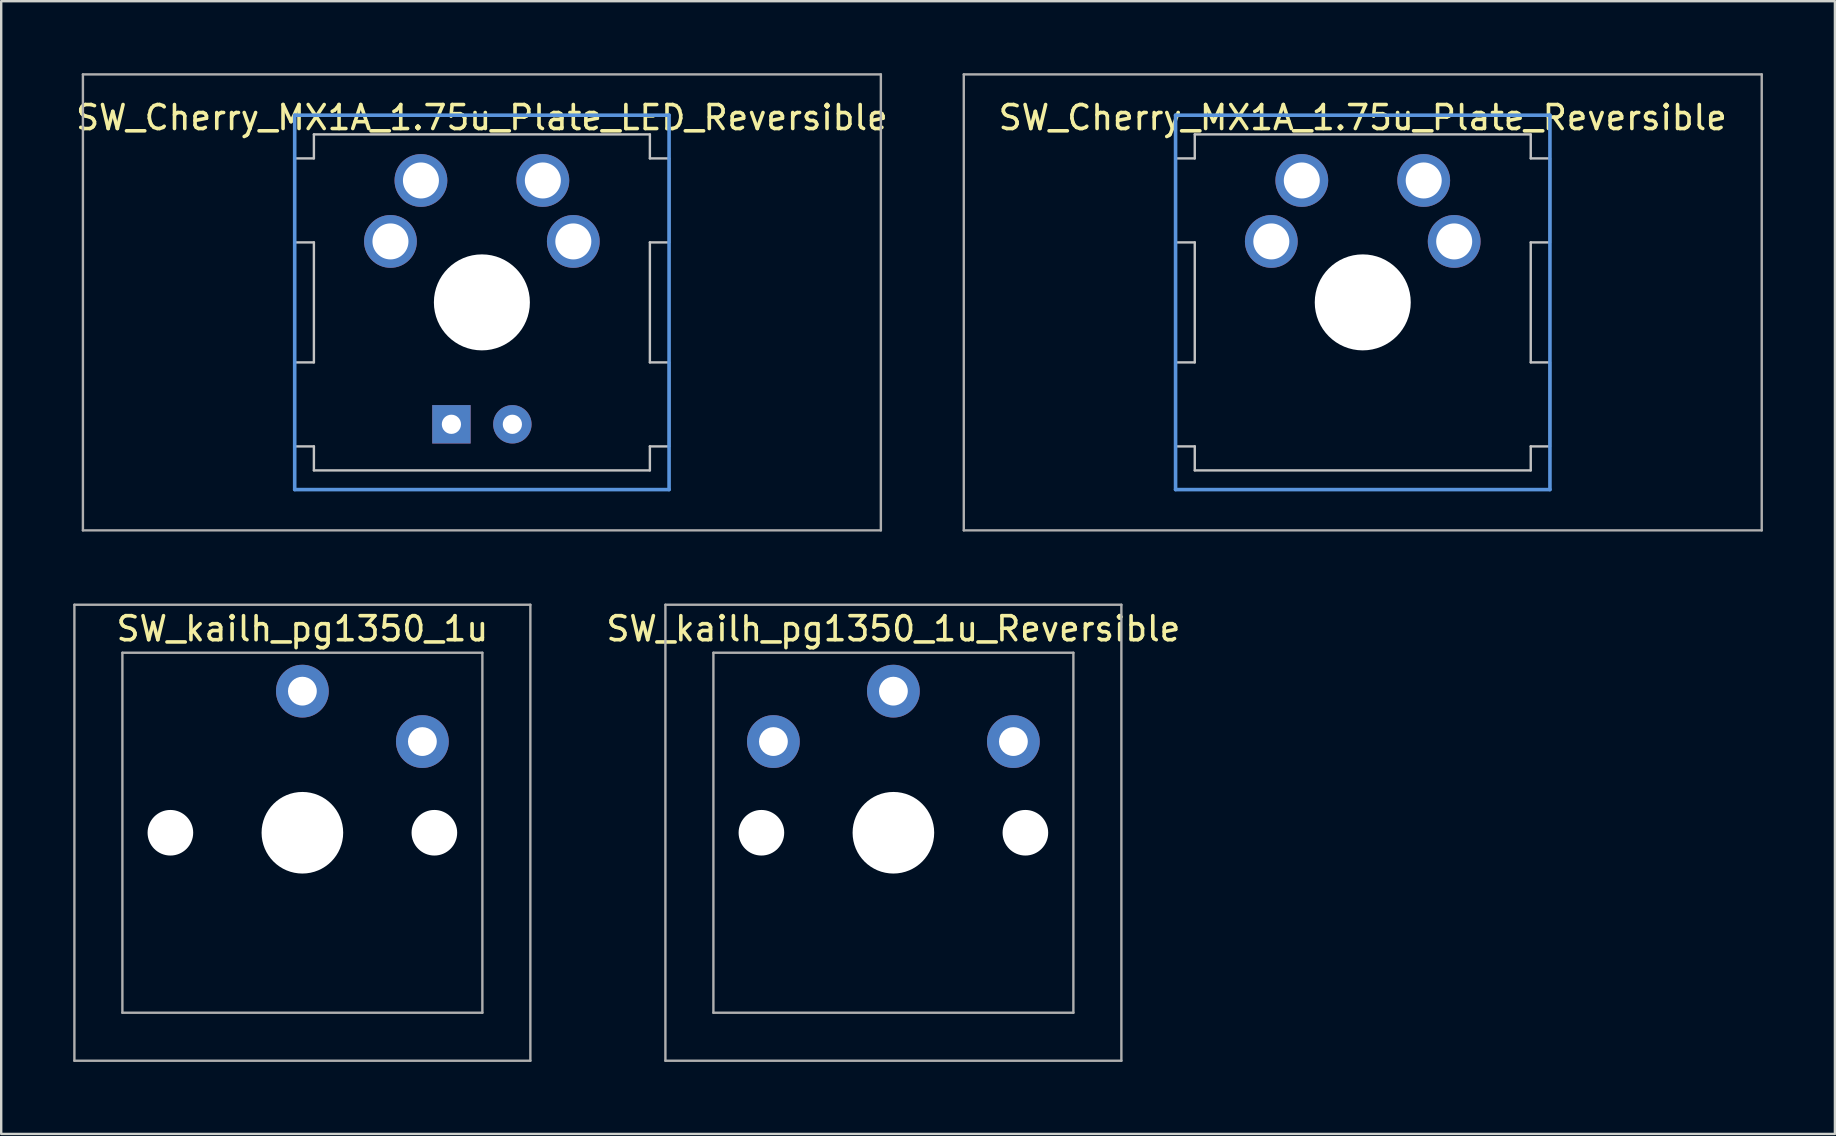
<source format=kicad_pcb>
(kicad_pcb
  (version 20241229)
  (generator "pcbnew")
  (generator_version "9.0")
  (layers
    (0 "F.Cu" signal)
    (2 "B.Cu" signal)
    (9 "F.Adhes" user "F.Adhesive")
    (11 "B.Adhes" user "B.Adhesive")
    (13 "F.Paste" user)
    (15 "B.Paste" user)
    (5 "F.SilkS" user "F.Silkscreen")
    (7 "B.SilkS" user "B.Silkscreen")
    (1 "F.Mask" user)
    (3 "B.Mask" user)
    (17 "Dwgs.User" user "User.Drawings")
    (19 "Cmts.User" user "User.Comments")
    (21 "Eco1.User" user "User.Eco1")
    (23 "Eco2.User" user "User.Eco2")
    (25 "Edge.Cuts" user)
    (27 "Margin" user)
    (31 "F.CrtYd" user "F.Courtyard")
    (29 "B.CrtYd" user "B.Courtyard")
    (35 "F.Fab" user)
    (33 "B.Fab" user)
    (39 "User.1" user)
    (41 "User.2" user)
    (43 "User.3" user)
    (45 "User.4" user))
  (footprint "SW_Cherry_MX1A_1.75u_Plate_Reversible"
    (layer "F.Cu")
    (at 53.735 9.55)
    (property "Reference" "SW_Cherry_MX1A_1.75u_Plate_Reversible" (at 0 -7.7 0) (layer "F.SilkS") (effects (font (size 1 1) (thickness 0.15))))
    (attr through_hole)
    (fp_line (start -7.8 -6) (end -7 -6) (stroke (width 0.1) (type solid)) (layer "Dwgs.User"))
    (fp_line (start -7.8 -2.5) (end -7.8 -6) (stroke (width 0.1) (type solid)) (layer "Dwgs.User"))
    (fp_line (start -7.8 -2.5) (end -7 -2.5) (stroke (width 0.1) (type solid)) (layer "Dwgs.User"))
    (fp_line (start -7.8 2.5) (end -7 2.5) (stroke (width 0.1) (type solid)) (layer "Dwgs.User"))
    (fp_line (start -7.8 6) (end -7.8 2.5) (stroke (width 0.1) (type solid)) (layer "Dwgs.User"))
    (fp_line (start -7.8 6) (end -7 6) (stroke (width 0.1) (type solid)) (layer "Dwgs.User"))
    (fp_line (start -7 -7) (end 7 -7) (stroke (width 0.1) (type solid)) (layer "Dwgs.User"))
    (fp_line (start -7 -6) (end -7 -7) (stroke (width 0.1) (type solid)) (layer "Dwgs.User"))
    (fp_line (start -7 -2.5) (end -7 2.5) (stroke (width 0.1) (type solid)) (layer "Dwgs.User"))
    (fp_line (start -7 7) (end -7 6) (stroke (width 0.1) (type solid)) (layer "Dwgs.User"))
    (fp_line (start -7 7) (end 7 7) (stroke (width 0.1) (type solid)) (layer "Dwgs.User"))
    (fp_line (start 7 -6) (end 7 -7) (stroke (width 0.1) (type solid)) (layer "Dwgs.User"))
    (fp_line (start 7 -6) (end 7.8 -6) (stroke (width 0.1) (type solid)) (layer "Dwgs.User"))
    (fp_line (start 7 -2.5) (end 7 2.5) (stroke (width 0.1) (type solid)) (layer "Dwgs.User"))
    (fp_line (start 7 -2.5) (end 7.8 -2.5) (stroke (width 0.1) (type solid)) (layer "Dwgs.User"))
    (fp_line (start 7 2.5) (end 7.8 2.5) (stroke (width 0.1) (type solid)) (layer "Dwgs.User"))
    (fp_line (start 7 6) (end 7.8 6) (stroke (width 0.1) (type solid)) (layer "Dwgs.User"))
    (fp_line (start 7 7) (end 7 6) (stroke (width 0.1) (type solid)) (layer "Dwgs.User"))
    (fp_line (start 7.8 -2.5) (end 7.8 -6) (stroke (width 0.1) (type solid)) (layer "Dwgs.User"))
    (fp_line (start 7.8 6) (end 7.8 2.5) (stroke (width 0.1) (type solid)) (layer "Dwgs.User"))
    (fp_line (start -7.8 -7.8) (end 7.8 -7.8) (stroke (width 0.15) (type solid)) (layer "Cmts.User"))
    (fp_line (start -7.8 7.8) (end -7.8 -7.8) (stroke (width 0.15) (type solid)) (layer "Cmts.User"))
    (fp_line (start 7.8 -7.8) (end 7.8 7.8) (stroke (width 0.15) (type solid)) (layer "Cmts.User"))
    (fp_line (start 7.8 7.8) (end -7.8 7.8) (stroke (width 0.15) (type solid)) (layer "Cmts.User"))
    (fp_line (start -16.625 -9.5) (end 16.625 -9.5) (stroke (width 0.1) (type solid)) (layer "F.Fab"))
    (fp_line (start -16.625 9.5) (end -16.625 -9.5) (stroke (width 0.1) (type solid)) (layer "F.Fab"))
    (fp_line (start 16.625 -9.5) (end 16.625 9.5) (stroke (width 0.1) (type solid)) (layer "F.Fab"))
    (fp_line (start 16.625 9.5) (end -16.625 9.5) (stroke (width 0.1) (type solid)) (layer "F.Fab"))
    (pad "" np_thru_hole circle (at 0 0) (size 4 4) (drill 4) (layers "*.Cu" "*.Mask"))
    (pad "1" thru_hole circle (at -3.81 -2.54) (size 2.2 2.2) (drill 1.5) (layers "*.Cu" "*.Mask"))
    (pad "1" thru_hole circle (at -2.54 -5.08) (size 2.2 2.2) (drill 1.5) (layers "*.Cu" "*.Mask"))
    (pad "2" thru_hole circle (at 2.54 -5.08) (size 2.2 2.2) (drill 1.5) (layers "*.Cu" "*.Mask"))
    (pad "2" thru_hole circle (at 3.81 -2.54) (size 2.2 2.2) (drill 1.5) (layers "*.Cu" "*.Mask")))
  (footprint "SW_kailh_pg1350_1u_Reversible"
    (layer "F.Cu")
    (at 34.177 31.65)
    (property "Reference" "SW_kailh_pg1350_1u_Reversible" (at 0 -8.5 0) (layer "F.SilkS") (effects (font (size 1 1) (thickness 0.15))))
    (attr through_hole)
    (fp_line (start -9.5 -9.5) (end 9.5 -9.5) (stroke (width 0.1) (type solid)) (layer "F.Fab"))
    (fp_line (start -9.5 9.5) (end -9.5 -9.5) (stroke (width 0.1) (type solid)) (layer "F.Fab"))
    (fp_line (start -7.5 -7.5) (end 7.5 -7.5) (stroke (width 0.1) (type solid)) (layer "F.Fab"))
    (fp_line (start -7.5 7.5) (end -7.5 -7.5) (stroke (width 0.1) (type solid)) (layer "F.Fab"))
    (fp_line (start 7.5 -7.5) (end 7.5 7.5) (stroke (width 0.1) (type solid)) (layer "F.Fab"))
    (fp_line (start 7.5 7.5) (end -7.5 7.5) (stroke (width 0.1) (type solid)) (layer "F.Fab"))
    (fp_line (start 9.5 -9.5) (end 9.5 9.5) (stroke (width 0.1) (type solid)) (layer "F.Fab"))
    (fp_line (start 9.5 9.5) (end -9.5 9.5) (stroke (width 0.1) (type solid)) (layer "F.Fab"))
    (pad "" np_thru_hole circle (at -5.5 0) (size 1.9 1.9) (drill 1.9) (layers "*.Cu" "*.Mask"))
    (pad "" np_thru_hole circle (at 0 0) (size 3.4 3.4) (drill 3.4) (layers "*.Cu" "*.Mask"))
    (pad "" np_thru_hole circle (at 5.5 0) (size 1.9 1.9) (drill 1.9) (layers "*.Cu" "*.Mask"))
    (pad "1" thru_hole circle (at 0 -5.9) (size 2.2 2.2) (drill 1.2) (layers "*.Cu" "*.Mask"))
    (pad "2" thru_hole circle (at -5 -3.8) (size 2.2 2.2) (drill 1.2) (layers "*.Cu" "*.Mask"))
    (pad "2" thru_hole circle (at 5 -3.8) (size 2.2 2.2) (drill 1.2) (layers "*.Cu" "*.Mask")))
  (footprint "SW_Cherry_MX1A_1.75u_Plate_LED_Reversible"
    (layer "F.Cu")
    (at 17.03 9.55)
    (property "Reference" "SW_Cherry_MX1A_1.75u_Plate_LED_Reversible" (at 0 -7.7 0) (layer "F.SilkS") (effects (font (size 1 1) (thickness 0.15))))
    (attr through_hole)
    (fp_line (start -7.8 -6) (end -7 -6) (stroke (width 0.1) (type solid)) (layer "Dwgs.User"))
    (fp_line (start -7.8 -2.5) (end -7.8 -6) (stroke (width 0.1) (type solid)) (layer "Dwgs.User"))
    (fp_line (start -7.8 -2.5) (end -7 -2.5) (stroke (width 0.1) (type solid)) (layer "Dwgs.User"))
    (fp_line (start -7.8 2.5) (end -7 2.5) (stroke (width 0.1) (type solid)) (layer "Dwgs.User"))
    (fp_line (start -7.8 6) (end -7.8 2.5) (stroke (width 0.1) (type solid)) (layer "Dwgs.User"))
    (fp_line (start -7.8 6) (end -7 6) (stroke (width 0.1) (type solid)) (layer "Dwgs.User"))
    (fp_line (start -7 -7) (end 7 -7) (stroke (width 0.1) (type solid)) (layer "Dwgs.User"))
    (fp_line (start -7 -6) (end -7 -7) (stroke (width 0.1) (type solid)) (layer "Dwgs.User"))
    (fp_line (start -7 -2.5) (end -7 2.5) (stroke (width 0.1) (type solid)) (layer "Dwgs.User"))
    (fp_line (start -7 7) (end -7 6) (stroke (width 0.1) (type solid)) (layer "Dwgs.User"))
    (fp_line (start -7 7) (end 7 7) (stroke (width 0.1) (type solid)) (layer "Dwgs.User"))
    (fp_line (start 7 -6) (end 7 -7) (stroke (width 0.1) (type solid)) (layer "Dwgs.User"))
    (fp_line (start 7 -6) (end 7.8 -6) (stroke (width 0.1) (type solid)) (layer "Dwgs.User"))
    (fp_line (start 7 -2.5) (end 7 2.5) (stroke (width 0.1) (type solid)) (layer "Dwgs.User"))
    (fp_line (start 7 -2.5) (end 7.8 -2.5) (stroke (width 0.1) (type solid)) (layer "Dwgs.User"))
    (fp_line (start 7 2.5) (end 7.8 2.5) (stroke (width 0.1) (type solid)) (layer "Dwgs.User"))
    (fp_line (start 7 6) (end 7.8 6) (stroke (width 0.1) (type solid)) (layer "Dwgs.User"))
    (fp_line (start 7 7) (end 7 6) (stroke (width 0.1) (type solid)) (layer "Dwgs.User"))
    (fp_line (start 7.8 -2.5) (end 7.8 -6) (stroke (width 0.1) (type solid)) (layer "Dwgs.User"))
    (fp_line (start 7.8 6) (end 7.8 2.5) (stroke (width 0.1) (type solid)) (layer "Dwgs.User"))
    (fp_line (start -7.8 -7.8) (end 7.8 -7.8) (stroke (width 0.15) (type solid)) (layer "Cmts.User"))
    (fp_line (start -7.8 7.8) (end -7.8 -7.8) (stroke (width 0.15) (type solid)) (layer "Cmts.User"))
    (fp_line (start 7.8 -7.8) (end 7.8 7.8) (stroke (width 0.15) (type solid)) (layer "Cmts.User"))
    (fp_line (start 7.8 7.8) (end -7.8 7.8) (stroke (width 0.15) (type solid)) (layer "Cmts.User"))
    (fp_line (start -16.625 -9.5) (end 16.625 -9.5) (stroke (width 0.1) (type solid)) (layer "F.Fab"))
    (fp_line (start -16.625 9.5) (end -16.625 -9.5) (stroke (width 0.1) (type solid)) (layer "F.Fab"))
    (fp_line (start 16.625 -9.5) (end 16.625 9.5) (stroke (width 0.1) (type solid)) (layer "F.Fab"))
    (fp_line (start 16.625 9.5) (end -16.625 9.5) (stroke (width 0.1) (type solid)) (layer "F.Fab"))
    (pad "" np_thru_hole circle (at 0 0) (size 4 4) (drill 4) (layers "*.Cu" "*.Mask"))
    (pad "1" thru_hole circle (at -3.81 -2.54) (size 2.2 2.2) (drill 1.5) (layers "*.Cu" "*.Mask"))
    (pad "1" thru_hole circle (at -2.54 -5.08) (size 2.2 2.2) (drill 1.5) (layers "*.Cu" "*.Mask"))
    (pad "2" thru_hole circle (at 2.54 -5.08) (size 2.2 2.2) (drill 1.5) (layers "*.Cu" "*.Mask"))
    (pad "2" thru_hole circle (at 3.81 -2.54) (size 2.2 2.2) (drill 1.5) (layers "*.Cu" "*.Mask"))
    (pad "3" thru_hole rect (at -1.27 5.08) (size 1.6 1.6) (drill 0.8) (layers "*.Cu" "*.Mask"))
    (pad "4" thru_hole circle (at 1.27 5.08) (size 1.6 1.6) (drill 0.8) (layers "*.Cu" "*.Mask")))
  (footprint "SW_kailh_pg1350_1u"
    (layer "F.Cu")
    (at 9.55 31.65)
    (property "Reference" "SW_kailh_pg1350_1u" (at 0 -8.5 0) (layer "F.SilkS") (effects (font (size 1 1) (thickness 0.15))))
    (attr through_hole)
    (fp_line (start -9.5 -9.5) (end 9.5 -9.5) (stroke (width 0.1) (type solid)) (layer "F.Fab"))
    (fp_line (start -9.5 9.5) (end -9.5 -9.5) (stroke (width 0.1) (type solid)) (layer "F.Fab"))
    (fp_line (start -7.5 -7.5) (end 7.5 -7.5) (stroke (width 0.1) (type solid)) (layer "F.Fab"))
    (fp_line (start -7.5 7.5) (end -7.5 -7.5) (stroke (width 0.1) (type solid)) (layer "F.Fab"))
    (fp_line (start 7.5 -7.5) (end 7.5 7.5) (stroke (width 0.1) (type solid)) (layer "F.Fab"))
    (fp_line (start 7.5 7.5) (end -7.5 7.5) (stroke (width 0.1) (type solid)) (layer "F.Fab"))
    (fp_line (start 9.5 -9.5) (end 9.5 9.5) (stroke (width 0.1) (type solid)) (layer "F.Fab"))
    (fp_line (start 9.5 9.5) (end -9.5 9.5) (stroke (width 0.1) (type solid)) (layer "F.Fab"))
    (pad "" np_thru_hole circle (at -5.5 0) (size 1.9 1.9) (drill 1.9) (layers "*.Cu" "*.Mask"))
    (pad "" np_thru_hole circle (at 0 0) (size 3.4 3.4) (drill 3.4) (layers "*.Cu" "*.Mask"))
    (pad "" np_thru_hole circle (at 5.5 0) (size 1.9 1.9) (drill 1.9) (layers "*.Cu" "*.Mask"))
    (pad "1" thru_hole circle (at 0 -5.9) (size 2.2 2.2) (drill 1.2) (layers "*.Cu" "*.Mask"))
    (pad "2" thru_hole circle (at 5 -3.8) (size 2.2 2.2) (drill 1.2) (layers "*.Cu" "*.Mask")))
  (gr_rect
    (start -3 -3)
    (end 73.41 44.2)
    (stroke (width 0.1) (type default))
    (fill no)
    (layer "Edge.Cuts")))
</source>
